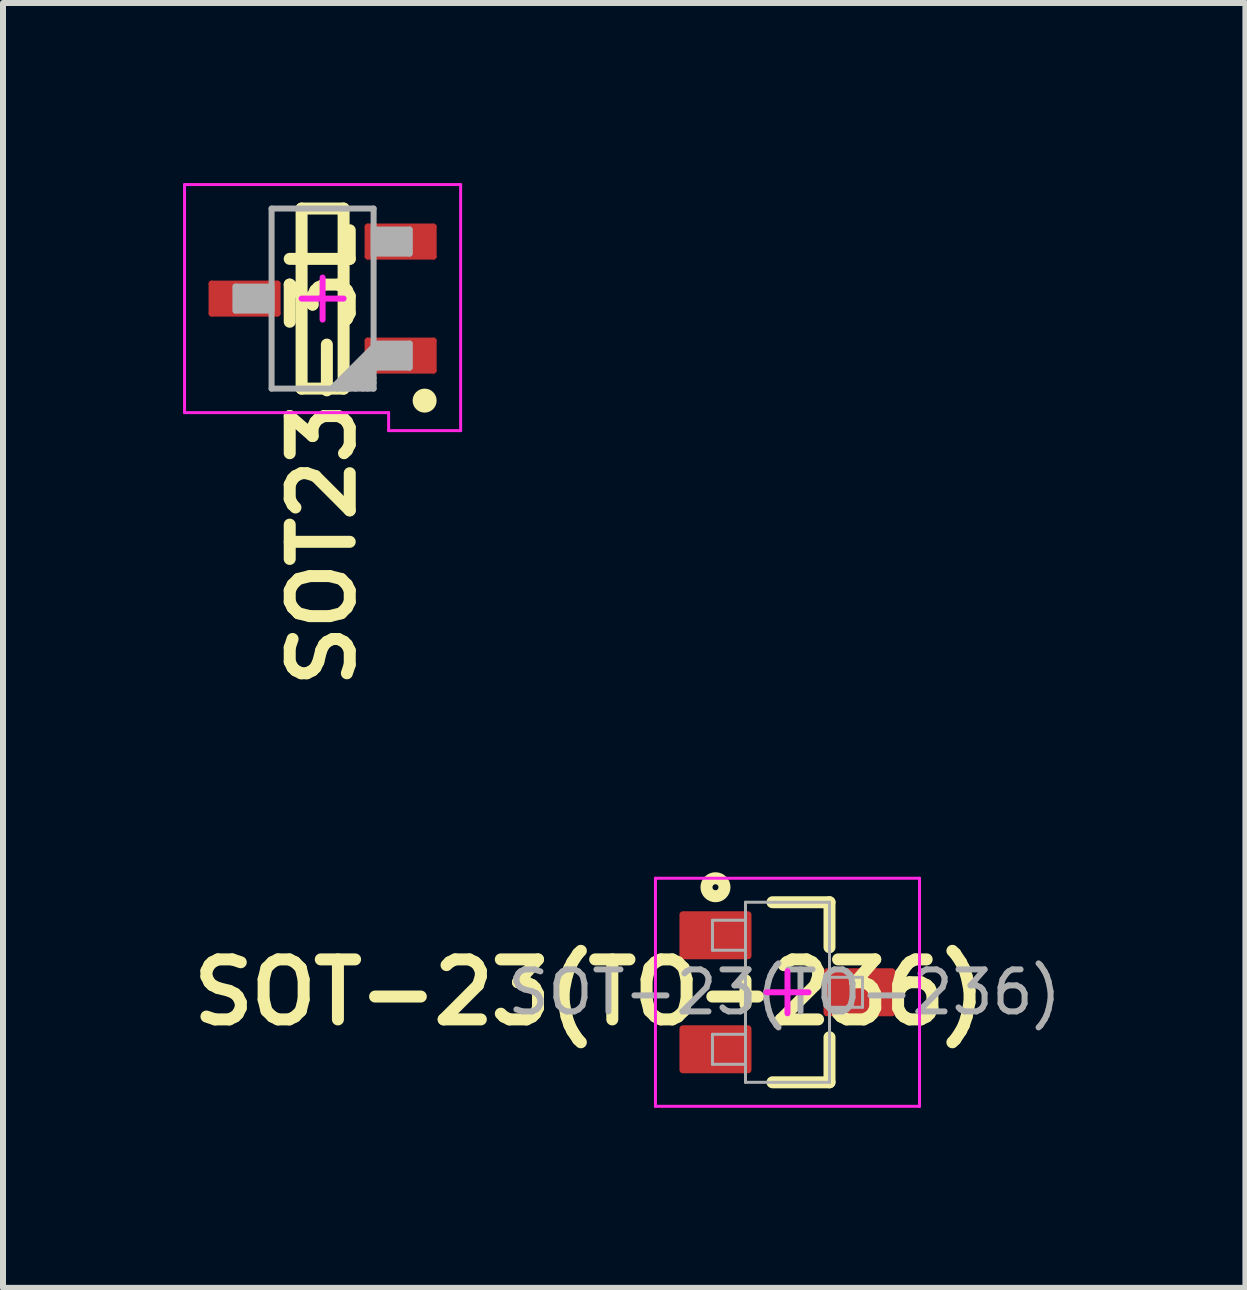
<source format=kicad_pcb>
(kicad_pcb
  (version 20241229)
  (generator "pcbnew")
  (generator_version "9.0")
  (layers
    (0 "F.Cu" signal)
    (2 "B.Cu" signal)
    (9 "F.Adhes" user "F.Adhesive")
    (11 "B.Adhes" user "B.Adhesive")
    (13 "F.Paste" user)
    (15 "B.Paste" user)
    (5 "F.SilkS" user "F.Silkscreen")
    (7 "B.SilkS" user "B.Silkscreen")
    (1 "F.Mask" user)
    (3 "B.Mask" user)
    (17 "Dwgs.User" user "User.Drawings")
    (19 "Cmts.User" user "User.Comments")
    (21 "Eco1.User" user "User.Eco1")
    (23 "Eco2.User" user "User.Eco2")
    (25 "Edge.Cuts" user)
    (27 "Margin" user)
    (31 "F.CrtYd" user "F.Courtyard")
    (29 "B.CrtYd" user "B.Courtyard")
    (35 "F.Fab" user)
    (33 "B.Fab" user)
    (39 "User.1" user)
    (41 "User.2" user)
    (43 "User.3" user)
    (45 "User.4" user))
  (footprint "SOT−23(TO−236)"
    (layer "F.Cu")
    (at 10.071 13.483)
    (property "Reference" "SOT−23(TO−236)" (at -3.3 0 180) (layer "F.SilkS") (effects (font (size 1 1) (thickness 0.2))))
    (attr through_hole)
    (fp_line (start -0.7 -0.2) (end -0.7 0.2) (stroke (width 0.2) (type solid)) (layer "F.SilkS"))
    (fp_line (start 0.7 -1.5) (end -0.25 -1.5) (stroke (width 0.2) (type solid)) (layer "F.SilkS"))
    (fp_line (start 0.7 -0.75) (end 0.7 -1.5) (stroke (width 0.2) (type solid)) (layer "F.SilkS"))
    (fp_line (start 0.7 1.5) (end -0.25 1.5) (stroke (width 0.2) (type solid)) (layer "F.SilkS"))
    (fp_line (start 0.7 1.5) (end 0.7 0.75) (stroke (width 0.2) (type solid)) (layer "F.SilkS"))
    (fp_circle (center -1.2 -1.75) (end -1.25 -1.75) (stroke (width 0.2) (type solid)) (fill no) (layer "F.SilkS"))
    (fp_line (start -2.2 -1.9) (end -2.2 1.9) (stroke (width 0.05) (type solid)) (layer "F.CrtYd"))
    (fp_line (start -2.2 1.9) (end 2.2 1.9) (stroke (width 0.05) (type solid)) (layer "F.CrtYd"))
    (fp_line (start 0 0.35) (end 0 -0.35) (stroke (width 0.1) (type solid)) (layer "F.CrtYd"))
    (fp_line (start 0.35 0) (end -0.35 0) (stroke (width 0.1) (type solid)) (layer "F.CrtYd"))
    (fp_line (start 2.2 -1.9) (end -2.2 -1.9) (stroke (width 0.05) (type solid)) (layer "F.CrtYd"))
    (fp_line (start 2.2 1.9) (end 2.2 -1.9) (stroke (width 0.05) (type solid)) (layer "F.CrtYd"))
    (fp_line (start -1.25 -1.2) (end -1.25 -0.7) (stroke (width 0.05) (type solid)) (layer "F.Fab"))
    (fp_line (start -1.25 -0.7) (end -0.7 -0.7) (stroke (width 0.05) (type solid)) (layer "F.Fab"))
    (fp_line (start -1.25 0.7) (end -1.25 1.2) (stroke (width 0.05) (type solid)) (layer "F.Fab"))
    (fp_line (start -1.25 1.2) (end -0.7 1.2) (stroke (width 0.05) (type solid)) (layer "F.Fab"))
    (fp_line (start -0.7 -1.5) (end -0.7 1.5) (stroke (width 0.05) (type solid)) (layer "F.Fab"))
    (fp_line (start -0.7 -1.2) (end -1.25 -1.2) (stroke (width 0.05) (type solid)) (layer "F.Fab"))
    (fp_line (start -0.7 0.7) (end -1.25 0.7) (stroke (width 0.05) (type solid)) (layer "F.Fab"))
    (fp_line (start -0.7 1.5) (end 0.7 1.5) (stroke (width 0.05) (type solid)) (layer "F.Fab"))
    (fp_line (start 0.7 -1.5) (end -0.7 -1.5) (stroke (width 0.05) (type solid)) (layer "F.Fab"))
    (fp_line (start 0.7 0.25) (end 1.25 0.25) (stroke (width 0.05) (type solid)) (layer "F.Fab"))
    (fp_line (start 0.7 1.5) (end 0.7 -1.5) (stroke (width 0.05) (type solid)) (layer "F.Fab"))
    (fp_line (start 1.25 -0.25) (end 0.7 -0.25) (stroke (width 0.05) (type solid)) (layer "F.Fab"))
    (fp_line (start 1.25 0.25) (end 1.25 -0.25) (stroke (width 0.05) (type solid)) (layer "F.Fab"))
    (fp_text user "${REFERENCE}" (at -0.05 0 180) (layer "F.Fab") (effects (font (size 0.7 0.7) (thickness 0.1))))
    (pad "B" smd roundrect (at -1.2 -0.95 180) (size 1.2 0.8) (layers "F.Cu" "F.Mask" "F.Paste") (roundrect_rratio 0.072))
    (pad "C" smd roundrect (at 1.2 0 180) (size 1.2 0.8) (layers "F.Cu" "F.Mask" "F.Paste") (roundrect_rratio 0.072))
    (pad "E" smd roundrect (at -1.2 0.95 180) (size 1.2 0.8) (layers "F.Cu" "F.Mask" "F.Paste") (roundrect_rratio 0.072)))
  (footprint "SOT23-3L"
    (layer "F.Cu")
    (at 2.325 1.925)
    (property "Reference" "SOT23-3L" (at 0 2.6 270) (layer "F.SilkS") (effects (font (size 1 1) (thickness 0.2))))
    (attr smd)
    (fp_line (start -1.875 0.25) (end -1.875 -0.25) (stroke (width 0.05) (type solid)) (layer "F.Cu"))
    (fp_line (start -1.85 0.25) (end -1.85 -0.25) (stroke (width 0.05) (type solid)) (layer "F.Cu"))
    (fp_line (start -1.85 0.25) (end -0.75 0.25) (stroke (width 0.05) (type solid)) (layer "F.Cu"))
    (fp_line (start -1.85 0.275) (end -0.75 0.275) (stroke (width 0.05) (type solid)) (layer "F.Cu"))
    (fp_line (start -0.75 -0.275) (end -1.85 -0.275) (stroke (width 0.05) (type solid)) (layer "F.Cu"))
    (fp_line (start -0.75 -0.25) (end -1.85 -0.25) (stroke (width 0.05) (type solid)) (layer "F.Cu"))
    (fp_line (start -0.75 -0.25) (end -0.75 0.25) (stroke (width 0.05) (type solid)) (layer "F.Cu"))
    (fp_line (start -0.725 -0.25) (end -0.725 0.25) (stroke (width 0.05) (type solid)) (layer "F.Cu"))
    (fp_line (start 0.725 -0.7) (end 0.725 -1.2) (stroke (width 0.05) (type solid)) (layer "F.Cu"))
    (fp_line (start 0.725 1.2) (end 0.725 0.7) (stroke (width 0.05) (type solid)) (layer "F.Cu"))
    (fp_line (start 0.75 -0.7) (end 0.75 -1.2) (stroke (width 0.05) (type solid)) (layer "F.Cu"))
    (fp_line (start 0.75 -0.7) (end 1.85 -0.7) (stroke (width 0.05) (type solid)) (layer "F.Cu"))
    (fp_line (start 0.75 -0.675) (end 1.85 -0.675) (stroke (width 0.05) (type solid)) (layer "F.Cu"))
    (fp_line (start 0.75 1.2) (end 0.75 0.7) (stroke (width 0.05) (type solid)) (layer "F.Cu"))
    (fp_line (start 0.75 1.2) (end 1.85 1.2) (stroke (width 0.05) (type solid)) (layer "F.Cu"))
    (fp_line (start 0.75 1.225) (end 1.85 1.225) (stroke (width 0.05) (type solid)) (layer "F.Cu"))
    (fp_line (start 1.85 -1.225) (end 0.75 -1.225) (stroke (width 0.05) (type solid)) (layer "F.Cu"))
    (fp_line (start 1.85 -1.2) (end 0.75 -1.2) (stroke (width 0.05) (type solid)) (layer "F.Cu"))
    (fp_line (start 1.85 -1.2) (end 1.85 -0.7) (stroke (width 0.05) (type solid)) (layer "F.Cu"))
    (fp_line (start 1.85 0.675) (end 0.75 0.675) (stroke (width 0.05) (type solid)) (layer "F.Cu"))
    (fp_line (start 1.85 0.7) (end 0.75 0.7) (stroke (width 0.05) (type solid)) (layer "F.Cu"))
    (fp_line (start 1.85 0.7) (end 1.85 1.2) (stroke (width 0.05) (type solid)) (layer "F.Cu"))
    (fp_line (start 1.875 -1.2) (end 1.875 -0.7) (stroke (width 0.05) (type solid)) (layer "F.Cu"))
    (fp_line (start 1.875 0.7) (end 1.875 1.2) (stroke (width 0.05) (type solid)) (layer "F.Cu"))
    (fp_arc (start -1.875 -0.25) (mid -1.867693 -0.267662) (end -1.850044 -0.275) (stroke (width 0.05) (type solid)) (layer "F.Cu"))
    (fp_arc (start -1.85 0.275) (mid -1.867662 0.267693) (end -1.875 0.250044) (stroke (width 0.05) (type solid)) (layer "F.Cu"))
    (fp_arc (start -0.75 -0.275) (mid -0.732338 -0.267693) (end -0.725 -0.250044) (stroke (width 0.05) (type solid)) (layer "F.Cu"))
    (fp_arc (start -0.725 0.25) (mid -0.732307 0.267662) (end -0.749956 0.275) (stroke (width 0.05) (type solid)) (layer "F.Cu"))
    (fp_arc (start 0.725 -1.2) (mid 0.732307 -1.217662) (end 0.749956 -1.225) (stroke (width 0.05) (type solid)) (layer "F.Cu"))
    (fp_arc (start 0.725 0.7) (mid 0.732307 0.682338) (end 0.749956 0.675) (stroke (width 0.05) (type solid)) (layer "F.Cu"))
    (fp_arc (start 0.75 -0.675) (mid 0.732338 -0.682307) (end 0.725 -0.699956) (stroke (width 0.05) (type solid)) (layer "F.Cu"))
    (fp_arc (start 0.75 1.225) (mid 0.732338 1.217693) (end 0.725 1.200044) (stroke (width 0.05) (type solid)) (layer "F.Cu"))
    (fp_arc (start 1.85 -1.225) (mid 1.867662 -1.217693) (end 1.875 -1.200044) (stroke (width 0.05) (type solid)) (layer "F.Cu"))
    (fp_arc (start 1.85 0.675) (mid 1.867662 0.682307) (end 1.875 0.699956) (stroke (width 0.05) (type solid)) (layer "F.Cu"))
    (fp_arc (start 1.875 -0.7) (mid 1.867693 -0.682338) (end 1.850044 -0.675) (stroke (width 0.05) (type solid)) (layer "F.Cu"))
    (fp_arc (start 1.875 1.2) (mid 1.867693 1.217662) (end 1.850044 1.225) (stroke (width 0.05) (type solid)) (layer "F.Cu"))
    (fp_line (start -1.95 -0.25) (end -1.95 0.25) (stroke (width 0.1) (type solid)) (layer "F.Mask"))
    (fp_line (start -1.9 -0.3) (end -0.75 -0.3) (stroke (width 0.1) (type solid)) (layer "F.Mask"))
    (fp_line (start -1.9 0.25) (end -1.9 -0.3) (stroke (width 0.1) (type solid)) (layer "F.Mask"))
    (fp_line (start -1.85 0.35) (end -0.75 0.35) (stroke (width 0.1) (type solid)) (layer "F.Mask"))
    (fp_line (start -0.75 -0.35) (end -1.85 -0.35) (stroke (width 0.1) (type solid)) (layer "F.Mask"))
    (fp_line (start -0.7 0.25) (end -0.7 -0.25) (stroke (width 0.1) (type solid)) (layer "F.Mask"))
    (fp_line (start -0.7 0.3) (end -1.85 0.3) (stroke (width 0.1) (type solid)) (layer "F.Mask"))
    (fp_line (start -0.65 0.25) (end -0.65 -0.25) (stroke (width 0.1) (type solid)) (layer "F.Mask"))
    (fp_line (start 0.65 -1.2) (end 0.65 -0.7) (stroke (width 0.1) (type solid)) (layer "F.Mask"))
    (fp_line (start 0.65 0.7) (end 0.65 1.2) (stroke (width 0.1) (type solid)) (layer "F.Mask"))
    (fp_line (start 0.7 -1.25) (end 1.85 -1.25) (stroke (width 0.1) (type solid)) (layer "F.Mask"))
    (fp_line (start 0.7 -0.7) (end 0.7 -1.25) (stroke (width 0.1) (type solid)) (layer "F.Mask"))
    (fp_line (start 0.7 0.65) (end 1.85 0.65) (stroke (width 0.1) (type solid)) (layer "F.Mask"))
    (fp_line (start 0.7 1.2) (end 0.7 0.65) (stroke (width 0.1) (type solid)) (layer "F.Mask"))
    (fp_line (start 0.75 -0.6) (end 1.85 -0.6) (stroke (width 0.1) (type solid)) (layer "F.Mask"))
    (fp_line (start 0.75 1.3) (end 1.85 1.3) (stroke (width 0.1) (type solid)) (layer "F.Mask"))
    (fp_line (start 1.85 -1.3) (end 0.75 -1.3) (stroke (width 0.1) (type solid)) (layer "F.Mask"))
    (fp_line (start 1.85 0.6) (end 0.75 0.6) (stroke (width 0.1) (type solid)) (layer "F.Mask"))
    (fp_line (start 1.9 -0.7) (end 1.9 -1.2) (stroke (width 0.1) (type solid)) (layer "F.Mask"))
    (fp_line (start 1.9 -0.65) (end 0.75 -0.65) (stroke (width 0.1) (type solid)) (layer "F.Mask"))
    (fp_line (start 1.9 1.2) (end 1.9 0.675) (stroke (width 0.1) (type solid)) (layer "F.Mask"))
    (fp_line (start 1.9 1.25) (end 0.75 1.25) (stroke (width 0.1) (type solid)) (layer "F.Mask"))
    (fp_line (start 1.95 -0.7) (end 1.95 -1.2) (stroke (width 0.1) (type solid)) (layer "F.Mask"))
    (fp_line (start 1.95 1.2) (end 1.95 0.7) (stroke (width 0.1) (type solid)) (layer "F.Mask"))
    (fp_arc (start -1.949825 -0.25) (mid -1.920598 -0.320649) (end -1.85 -0.35) (stroke (width 0.1) (type solid)) (layer "F.Mask"))
    (fp_arc (start -1.85 0.349825) (mid -1.920649 0.320598) (end -1.95 0.25) (stroke (width 0.1) (type solid)) (layer "F.Mask"))
    (fp_arc (start -0.75 -0.35) (mid -0.679351 -0.320773) (end -0.65 -0.250175) (stroke (width 0.1) (type solid)) (layer "F.Mask"))
    (fp_arc (start -0.65 0.25) (mid -0.679227 0.320649) (end -0.749825 0.35) (stroke (width 0.1) (type solid)) (layer "F.Mask"))
    (fp_arc (start 0.650175 -1.2) (mid 0.679402 -1.270649) (end 0.75 -1.3) (stroke (width 0.1) (type solid)) (layer "F.Mask"))
    (fp_arc (start 0.650175 0.7) (mid 0.679402 0.629351) (end 0.75 0.6) (stroke (width 0.1) (type solid)) (layer "F.Mask"))
    (fp_arc (start 0.75 -0.600175) (mid 0.679351 -0.629402) (end 0.65 -0.7) (stroke (width 0.1) (type solid)) (layer "F.Mask"))
    (fp_arc (start 0.75 1.299825) (mid 0.679351 1.270598) (end 0.65 1.2) (stroke (width 0.1) (type solid)) (layer "F.Mask"))
    (fp_arc (start 1.85 -1.3) (mid 1.920649 -1.270773) (end 1.95 -1.200175) (stroke (width 0.1) (type solid)) (layer "F.Mask"))
    (fp_arc (start 1.85 0.6) (mid 1.920649 0.629227) (end 1.95 0.699825) (stroke (width 0.1) (type solid)) (layer "F.Mask"))
    (fp_arc (start 1.95 -0.7) (mid 1.920773 -0.629351) (end 1.850175 -0.6) (stroke (width 0.1) (type solid)) (layer "F.Mask"))
    (fp_arc (start 1.95 1.2) (mid 1.920773 1.270649) (end 1.850175 1.3) (stroke (width 0.1) (type solid)) (layer "F.Mask"))
    (fp_line (start -0.35 -1.5) (end 0.35 -1.5) (stroke (width 0.2) (type solid)) (layer "F.SilkS"))
    (fp_line (start -0.35 1.5) (end -0.35 -1.5) (stroke (width 0.2) (type solid)) (layer "F.SilkS"))
    (fp_line (start -0.35 1.5) (end 0.35 1.5) (stroke (width 0.2) (type solid)) (layer "F.SilkS"))
    (fp_line (start 0.35 1.5) (end 0.35 -1.5) (stroke (width 0.2) (type solid)) (layer "F.SilkS"))
    (fp_circle (center 1.7 1.7) (end 1.7 1.6) (stroke (width 0.2) (type solid)) (fill no) (layer "F.SilkS"))
    (fp_line (start -1.85 -0.25) (end -0.75 -0.25) (stroke (width 0.05) (type solid)) (layer "F.Paste"))
    (fp_line (start -1.85 0.25) (end -1.85 -0.25) (stroke (width 0.05) (type solid)) (layer "F.Paste"))
    (fp_line (start -0.75 -0.25) (end -0.75 0.25) (stroke (width 0.05) (type solid)) (layer "F.Paste"))
    (fp_line (start -0.75 0.25) (end -1.85 0.25) (stroke (width 0.05) (type solid)) (layer "F.Paste"))
    (fp_line (start 0.75 -1.2) (end 1.85 -1.2) (stroke (width 0.05) (type solid)) (layer "F.Paste"))
    (fp_line (start 0.75 -0.7) (end 0.75 -1.2) (stroke (width 0.05) (type solid)) (layer "F.Paste"))
    (fp_line (start 0.75 0.7) (end 1.85 0.7) (stroke (width 0.05) (type solid)) (layer "F.Paste"))
    (fp_line (start 0.75 1.2) (end 0.75 0.7) (stroke (width 0.05) (type solid)) (layer "F.Paste"))
    (fp_line (start 1.85 -1.2) (end 1.85 -0.7) (stroke (width 0.05) (type solid)) (layer "F.Paste"))
    (fp_line (start 1.85 -0.7) (end 0.75 -0.7) (stroke (width 0.05) (type solid)) (layer "F.Paste"))
    (fp_line (start 1.85 0.7) (end 1.85 1.2) (stroke (width 0.05) (type solid)) (layer "F.Paste"))
    (fp_line (start 1.85 1.2) (end 0.75 1.2) (stroke (width 0.05) (type solid)) (layer "F.Paste"))
    (fp_line (start -2.3 -1.9) (end -2.3 1.9) (stroke (width 0.05) (type solid)) (layer "F.CrtYd"))
    (fp_line (start -2.3 1.9) (end 1.1 1.9) (stroke (width 0.05) (type solid)) (layer "F.CrtYd"))
    (fp_line (start -0.35 0) (end 0.35 0) (stroke (width 0.1) (type solid)) (layer "F.CrtYd"))
    (fp_line (start 0 0.35) (end 0 -0.35) (stroke (width 0.1) (type solid)) (layer "F.CrtYd"))
    (fp_line (start 1.1 1.9) (end 1.1 2.2) (stroke (width 0.05) (type solid)) (layer "F.CrtYd"))
    (fp_line (start 1.1 2.2) (end 2.3 2.2) (stroke (width 0.05) (type solid)) (layer "F.CrtYd"))
    (fp_line (start 2.3 -1.9) (end -2.3 -1.9) (stroke (width 0.05) (type solid)) (layer "F.CrtYd"))
    (fp_line (start 2.3 2.2) (end 2.3 -1.9) (stroke (width 0.05) (type solid)) (layer "F.CrtYd"))
    (fp_line (start -1.45 -0.2) (end -0.85 -0.2) (stroke (width 0.1) (type solid)) (layer "F.Fab"))
    (fp_line (start -1.45 -0.15) (end -0.85 -0.15) (stroke (width 0.1) (type solid)) (layer "F.Fab"))
    (fp_line (start -1.45 -0.1) (end -0.85 -0.1) (stroke (width 0.1) (type solid)) (layer "F.Fab"))
    (fp_line (start -1.45 -0.05) (end -0.85 -0.05) (stroke (width 0.1) (type solid)) (layer "F.Fab"))
    (fp_line (start -1.45 0) (end -0.85 0) (stroke (width 0.1) (type solid)) (layer "F.Fab"))
    (fp_line (start -1.45 0.05) (end -0.85 0.05) (stroke (width 0.1) (type solid)) (layer "F.Fab"))
    (fp_line (start -1.45 0.1) (end -0.85 0.1) (stroke (width 0.1) (type solid)) (layer "F.Fab"))
    (fp_line (start -1.45 0.15) (end -0.85 0.15) (stroke (width 0.1) (type solid)) (layer "F.Fab"))
    (fp_line (start -1.45 0.2) (end -1.45 -0.2) (stroke (width 0.1) (type solid)) (layer "F.Fab"))
    (fp_line (start -0.85 -1.5) (end -0.85 1.5) (stroke (width 0.1) (type solid)) (layer "F.Fab"))
    (fp_line (start -0.85 -1.5) (end 0.85 -1.5) (stroke (width 0.1) (type solid)) (layer "F.Fab"))
    (fp_line (start -0.85 0.2) (end -1.45 0.2) (stroke (width 0.1) (type solid)) (layer "F.Fab"))
    (fp_line (start 0.175 1.475) (end 0.85 0.8) (stroke (width 0.1) (type solid)) (layer "F.Fab"))
    (fp_line (start 0.25 1.5) (end 0.85 0.9) (stroke (width 0.1) (type solid)) (layer "F.Fab"))
    (fp_line (start 0.35 1.5) (end 0.85 1) (stroke (width 0.1) (type solid)) (layer "F.Fab"))
    (fp_line (start 0.45 1.5) (end 0.85 1.1) (stroke (width 0.1) (type solid)) (layer "F.Fab"))
    (fp_line (start 0.55 1.5) (end 0.85 1.2) (stroke (width 0.1) (type solid)) (layer "F.Fab"))
    (fp_line (start 0.675 1.5) (end 0.85 1.325) (stroke (width 0.1) (type solid)) (layer "F.Fab"))
    (fp_line (start 0.75 1.5) (end 0.85 1.4) (stroke (width 0.1) (type solid)) (layer "F.Fab"))
    (fp_line (start 0.85 -1.5) (end 0.85 1.5) (stroke (width 0.1) (type solid)) (layer "F.Fab"))
    (fp_line (start 0.85 -1.15) (end 1.45 -1.15) (stroke (width 0.1) (type solid)) (layer "F.Fab"))
    (fp_line (start 0.85 0.75) (end 1.45 0.75) (stroke (width 0.1) (type solid)) (layer "F.Fab"))
    (fp_line (start 0.85 1.5) (end -0.85 1.5) (stroke (width 0.1) (type solid)) (layer "F.Fab"))
    (fp_line (start 1.45 -1.15) (end 1.45 -0.75) (stroke (width 0.1) (type solid)) (layer "F.Fab"))
    (fp_line (start 1.45 -1.1) (end 0.85 -1.1) (stroke (width 0.1) (type solid)) (layer "F.Fab"))
    (fp_line (start 1.45 -1.05) (end 0.85 -1.05) (stroke (width 0.1) (type solid)) (layer "F.Fab"))
    (fp_line (start 1.45 -1) (end 0.85 -1) (stroke (width 0.1) (type solid)) (layer "F.Fab"))
    (fp_line (start 1.45 -0.95) (end 0.85 -0.95) (stroke (width 0.1) (type solid)) (layer "F.Fab"))
    (fp_line (start 1.45 -0.9) (end 0.85 -0.9) (stroke (width 0.1) (type solid)) (layer "F.Fab"))
    (fp_line (start 1.45 -0.85) (end 0.85 -0.85) (stroke (width 0.1) (type solid)) (layer "F.Fab"))
    (fp_line (start 1.45 -0.8) (end 0.85 -0.8) (stroke (width 0.1) (type solid)) (layer "F.Fab"))
    (fp_line (start 1.45 -0.75) (end 0.85 -0.75) (stroke (width 0.1) (type solid)) (layer "F.Fab"))
    (fp_line (start 1.45 0.75) (end 1.45 1.15) (stroke (width 0.1) (type solid)) (layer "F.Fab"))
    (fp_line (start 1.45 0.8) (end 0.85 0.8) (stroke (width 0.1) (type solid)) (layer "F.Fab"))
    (fp_line (start 1.45 0.85) (end 0.85 0.85) (stroke (width 0.1) (type solid)) (layer "F.Fab"))
    (fp_line (start 1.45 0.9) (end 0.85 0.9) (stroke (width 0.1) (type solid)) (layer "F.Fab"))
    (fp_line (start 1.45 0.95) (end 0.85 0.95) (stroke (width 0.1) (type solid)) (layer "F.Fab"))
    (fp_line (start 1.45 1) (end 0.85 1) (stroke (width 0.1) (type solid)) (layer "F.Fab"))
    (fp_line (start 1.45 1.05) (end 0.85 1.05) (stroke (width 0.1) (type solid)) (layer "F.Fab"))
    (fp_line (start 1.45 1.1) (end 0.85 1.1) (stroke (width 0.1) (type solid)) (layer "F.Fab"))
    (fp_line (start 1.45 1.15) (end 0.85 1.15) (stroke (width 0.1) (type solid)) (layer "F.Fab"))
    (pad "1" smd rect (at 1.3 0.95 90) (size 0.5 1.1) (layers "F.Cu" "F.Mask" "F.Paste"))
    (pad "2" smd rect (at 1.3 -0.95 90) (size 0.5 1.1) (layers "F.Cu" "F.Mask" "F.Paste"))
    (pad "3" smd rect (at -1.3 0 90) (size 0.5 1.1) (layers "F.Cu" "F.Mask" "F.Paste")))
  (gr_rect
    (start -3 -3)
    (end 17.701 18.408)
    (stroke (width 0.1) (type default))
    (fill no)
    (layer "Edge.Cuts")))
</source>
